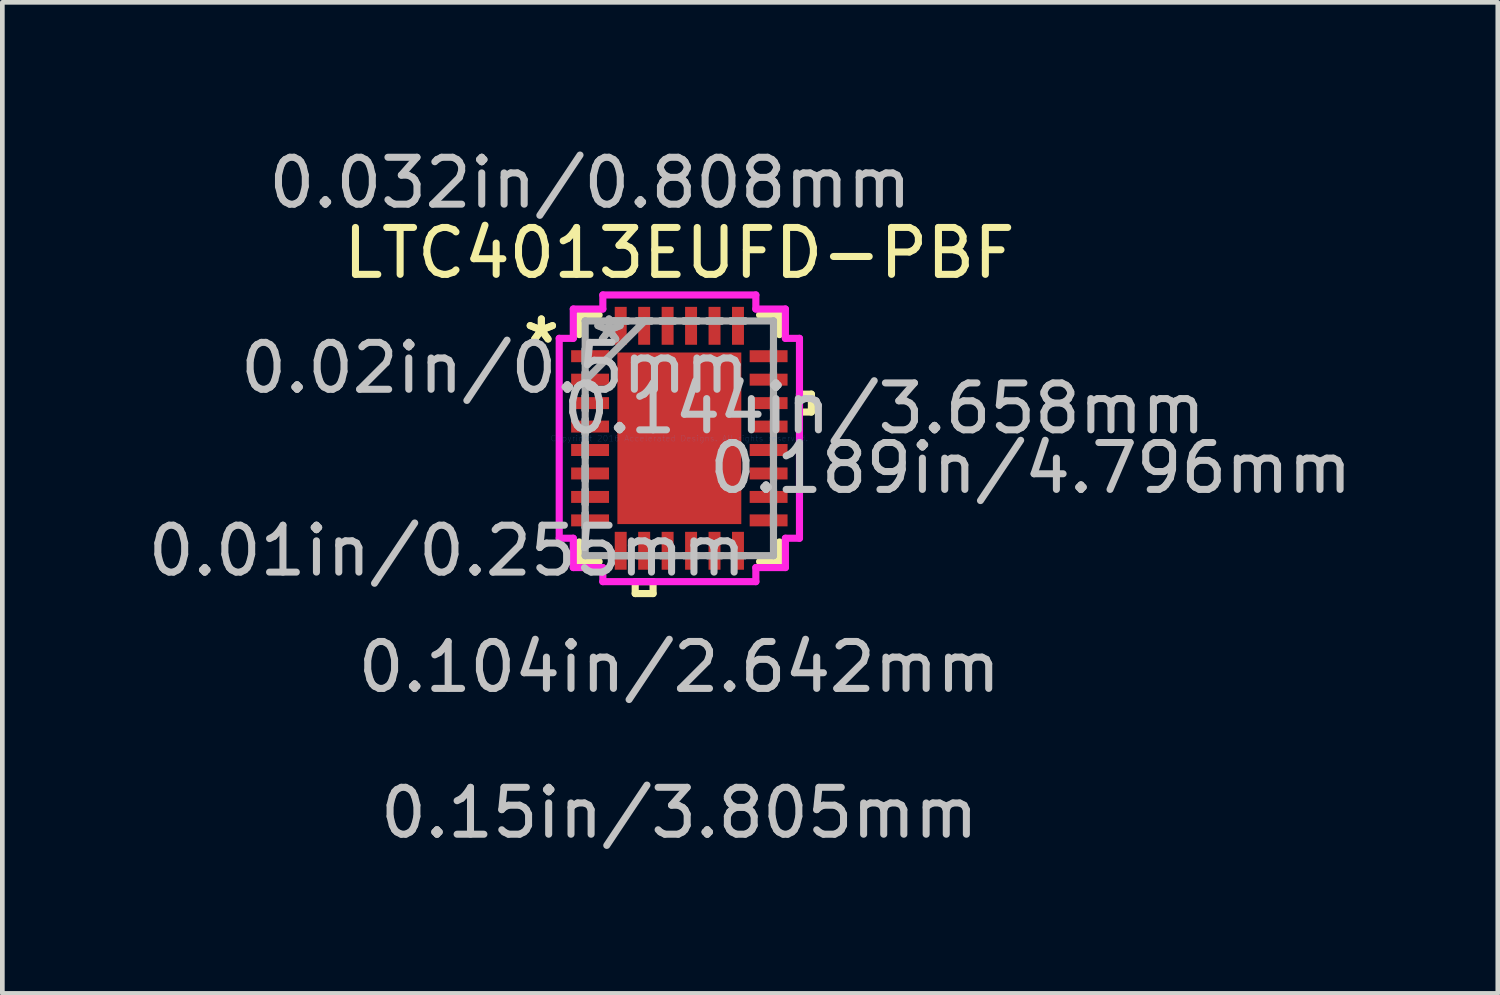
<source format=kicad_pcb>
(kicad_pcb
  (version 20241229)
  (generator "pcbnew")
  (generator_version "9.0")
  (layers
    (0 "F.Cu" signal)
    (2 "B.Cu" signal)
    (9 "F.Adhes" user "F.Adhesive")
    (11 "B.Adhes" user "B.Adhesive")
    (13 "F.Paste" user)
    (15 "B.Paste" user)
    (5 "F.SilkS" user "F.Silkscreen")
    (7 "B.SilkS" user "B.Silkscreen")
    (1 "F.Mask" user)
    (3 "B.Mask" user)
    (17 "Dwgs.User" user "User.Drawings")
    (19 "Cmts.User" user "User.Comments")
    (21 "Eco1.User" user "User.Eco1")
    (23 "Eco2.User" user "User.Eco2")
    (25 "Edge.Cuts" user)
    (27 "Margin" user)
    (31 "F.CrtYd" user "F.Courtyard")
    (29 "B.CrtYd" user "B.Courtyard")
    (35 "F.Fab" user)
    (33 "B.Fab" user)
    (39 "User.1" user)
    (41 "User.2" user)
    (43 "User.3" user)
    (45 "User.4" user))
  (footprint "LTC4013EUFD-PBF"
    (layer "F.Cu")
    (at 11.433 6.294)
    (property "Reference" "LTC4013EUFD-PBF" (at 0 -3.95 0) (layer "F.SilkS") (effects (font (size 1 1) (thickness 0.15))))
    (attr through_hole)
    (fp_line (start -2.134 -2.629) (end -2.134 -2.21) (stroke (width 0.152) (type solid)) (layer "F.SilkS"))
    (fp_line (start -2.134 2.21) (end -2.134 2.629) (stroke (width 0.152) (type solid)) (layer "F.SilkS"))
    (fp_line (start -2.134 2.629) (end -1.71 2.629) (stroke (width 0.152) (type solid)) (layer "F.SilkS"))
    (fp_line (start -1.71 -2.629) (end -2.134 -2.629) (stroke (width 0.152) (type solid)) (layer "F.SilkS"))
    (fp_line (start -0.941 3.056) (end -0.941 3.31) (stroke (width 0.152) (type solid)) (layer "F.SilkS"))
    (fp_line (start -0.941 3.31) (end -0.56 3.31) (stroke (width 0.152) (type solid)) (layer "F.SilkS"))
    (fp_line (start -0.56 3.056) (end -0.941 3.056) (stroke (width 0.152) (type solid)) (layer "F.SilkS"))
    (fp_line (start -0.56 3.31) (end -0.56 3.056) (stroke (width 0.152) (type solid)) (layer "F.SilkS"))
    (fp_line (start 1.71 2.629) (end 2.134 2.629) (stroke (width 0.152) (type solid)) (layer "F.SilkS"))
    (fp_line (start 2.134 -2.629) (end 1.71 -2.629) (stroke (width 0.152) (type solid)) (layer "F.SilkS"))
    (fp_line (start 2.134 -2.21) (end 2.134 -2.629) (stroke (width 0.152) (type solid)) (layer "F.SilkS"))
    (fp_line (start 2.134 2.629) (end 2.134 2.21) (stroke (width 0.152) (type solid)) (layer "F.SilkS"))
    (fp_line (start 2.561 -0.941) (end 2.815 -0.941) (stroke (width 0.152) (type solid)) (layer "F.SilkS"))
    (fp_line (start 2.561 -0.56) (end 2.561 -0.941) (stroke (width 0.152) (type solid)) (layer "F.SilkS"))
    (fp_line (start 2.815 -0.941) (end 2.815 -0.56) (stroke (width 0.152) (type solid)) (layer "F.SilkS"))
    (fp_line (start 2.815 -0.56) (end 2.561 -0.56) (stroke (width 0.152) (type solid)) (layer "F.SilkS"))
    (fp_line (start -1.221 -1.729) (end -1.221 -0.1) (stroke (width 0.152) (type solid)) (layer "F.Paste"))
    (fp_line (start -1.221 -0.1) (end -0.1 -0.1) (stroke (width 0.152) (type solid)) (layer "F.Paste"))
    (fp_line (start -1.221 0.1) (end -1.221 1.729) (stroke (width 0.152) (type solid)) (layer "F.Paste"))
    (fp_line (start -1.221 1.729) (end -0.1 1.729) (stroke (width 0.152) (type solid)) (layer "F.Paste"))
    (fp_line (start -0.1 -1.729) (end -1.221 -1.729) (stroke (width 0.152) (type solid)) (layer "F.Paste"))
    (fp_line (start -0.1 -0.1) (end -0.1 -1.729) (stroke (width 0.152) (type solid)) (layer "F.Paste"))
    (fp_line (start -0.1 0.1) (end -1.221 0.1) (stroke (width 0.152) (type solid)) (layer "F.Paste"))
    (fp_line (start -0.1 1.729) (end -0.1 0.1) (stroke (width 0.152) (type solid)) (layer "F.Paste"))
    (fp_line (start 0.1 -1.729) (end 0.1 -0.1) (stroke (width 0.152) (type solid)) (layer "F.Paste"))
    (fp_line (start 0.1 -0.1) (end 1.221 -0.1) (stroke (width 0.152) (type solid)) (layer "F.Paste"))
    (fp_line (start 0.1 0.1) (end 0.1 1.729) (stroke (width 0.152) (type solid)) (layer "F.Paste"))
    (fp_line (start 0.1 1.729) (end 1.221 1.729) (stroke (width 0.152) (type solid)) (layer "F.Paste"))
    (fp_line (start 1.221 -1.729) (end 0.1 -1.729) (stroke (width 0.152) (type solid)) (layer "F.Paste"))
    (fp_line (start 1.221 -0.1) (end 1.221 -1.729) (stroke (width 0.152) (type solid)) (layer "F.Paste"))
    (fp_line (start 1.221 0.1) (end 0.1 0.1) (stroke (width 0.152) (type solid)) (layer "F.Paste"))
    (fp_line (start 1.221 1.729) (end 1.221 0.1) (stroke (width 0.152) (type solid)) (layer "F.Paste"))
    (fp_line (start -2.561 -2.131) (end -2.261 -2.131) (stroke (width 0.152) (type solid)) (layer "F.CrtYd"))
    (fp_line (start -2.561 2.131) (end -2.561 -2.131) (stroke (width 0.152) (type solid)) (layer "F.CrtYd"))
    (fp_line (start -2.261 -2.756) (end -1.631 -2.756) (stroke (width 0.152) (type solid)) (layer "F.CrtYd"))
    (fp_line (start -2.261 -2.131) (end -2.261 -2.756) (stroke (width 0.152) (type solid)) (layer "F.CrtYd"))
    (fp_line (start -2.261 2.131) (end -2.561 2.131) (stroke (width 0.152) (type solid)) (layer "F.CrtYd"))
    (fp_line (start -2.261 2.756) (end -2.261 2.131) (stroke (width 0.152) (type solid)) (layer "F.CrtYd"))
    (fp_line (start -1.631 -3.056) (end 1.631 -3.056) (stroke (width 0.152) (type solid)) (layer "F.CrtYd"))
    (fp_line (start -1.631 -2.756) (end -1.631 -3.056) (stroke (width 0.152) (type solid)) (layer "F.CrtYd"))
    (fp_line (start -1.631 2.756) (end -2.261 2.756) (stroke (width 0.152) (type solid)) (layer "F.CrtYd"))
    (fp_line (start -1.631 3.056) (end -1.631 2.756) (stroke (width 0.152) (type solid)) (layer "F.CrtYd"))
    (fp_line (start 1.631 -3.056) (end 1.631 -2.756) (stroke (width 0.152) (type solid)) (layer "F.CrtYd"))
    (fp_line (start 1.631 -2.756) (end 2.261 -2.756) (stroke (width 0.152) (type solid)) (layer "F.CrtYd"))
    (fp_line (start 1.631 2.756) (end 1.631 3.056) (stroke (width 0.152) (type solid)) (layer "F.CrtYd"))
    (fp_line (start 1.631 3.056) (end -1.631 3.056) (stroke (width 0.152) (type solid)) (layer "F.CrtYd"))
    (fp_line (start 2.261 -2.756) (end 2.261 -2.131) (stroke (width 0.152) (type solid)) (layer "F.CrtYd"))
    (fp_line (start 2.261 -2.131) (end 2.561 -2.131) (stroke (width 0.152) (type solid)) (layer "F.CrtYd"))
    (fp_line (start 2.261 2.131) (end 2.261 2.756) (stroke (width 0.152) (type solid)) (layer "F.CrtYd"))
    (fp_line (start 2.261 2.756) (end 1.631 2.756) (stroke (width 0.152) (type solid)) (layer "F.CrtYd"))
    (fp_line (start 2.561 -2.131) (end 2.561 2.131) (stroke (width 0.152) (type solid)) (layer "F.CrtYd"))
    (fp_line (start 2.561 2.131) (end 2.261 2.131) (stroke (width 0.152) (type solid)) (layer "F.CrtYd"))
    (fp_line (start -2.007 -2.502) (end -2.007 -2.502) (stroke (width 0.152) (type solid)) (layer "F.Fab"))
    (fp_line (start -2.007 -2.502) (end -2.007 2.502) (stroke (width 0.152) (type solid)) (layer "F.Fab"))
    (fp_line (start -2.007 -1.902) (end -2.007 -1.902) (stroke (width 0.152) (type solid)) (layer "F.Fab"))
    (fp_line (start -2.007 -1.902) (end -2.007 -1.598) (stroke (width 0.152) (type solid)) (layer "F.Fab"))
    (fp_line (start -2.007 -1.598) (end -2.007 -1.902) (stroke (width 0.152) (type solid)) (layer "F.Fab"))
    (fp_line (start -2.007 -1.598) (end -2.007 -1.598) (stroke (width 0.152) (type solid)) (layer "F.Fab"))
    (fp_line (start -2.007 -1.402) (end -2.007 -1.402) (stroke (width 0.152) (type solid)) (layer "F.Fab"))
    (fp_line (start -2.007 -1.402) (end -2.007 -1.098) (stroke (width 0.152) (type solid)) (layer "F.Fab"))
    (fp_line (start -2.007 -1.232) (end -0.737 -2.502) (stroke (width 0.152) (type solid)) (layer "F.Fab"))
    (fp_line (start -2.007 -1.098) (end -2.007 -1.402) (stroke (width 0.152) (type solid)) (layer "F.Fab"))
    (fp_line (start -2.007 -1.098) (end -2.007 -1.098) (stroke (width 0.152) (type solid)) (layer "F.Fab"))
    (fp_line (start -2.007 -0.902) (end -2.007 -0.902) (stroke (width 0.152) (type solid)) (layer "F.Fab"))
    (fp_line (start -2.007 -0.902) (end -2.007 -0.598) (stroke (width 0.152) (type solid)) (layer "F.Fab"))
    (fp_line (start -2.007 -0.598) (end -2.007 -0.902) (stroke (width 0.152) (type solid)) (layer "F.Fab"))
    (fp_line (start -2.007 -0.598) (end -2.007 -0.598) (stroke (width 0.152) (type solid)) (layer "F.Fab"))
    (fp_line (start -2.007 -0.402) (end -2.007 -0.402) (stroke (width 0.152) (type solid)) (layer "F.Fab"))
    (fp_line (start -2.007 -0.402) (end -2.007 -0.098) (stroke (width 0.152) (type solid)) (layer "F.Fab"))
    (fp_line (start -2.007 -0.098) (end -2.007 -0.402) (stroke (width 0.152) (type solid)) (layer "F.Fab"))
    (fp_line (start -2.007 -0.098) (end -2.007 -0.098) (stroke (width 0.152) (type solid)) (layer "F.Fab"))
    (fp_line (start -2.007 0.098) (end -2.007 0.098) (stroke (width 0.152) (type solid)) (layer "F.Fab"))
    (fp_line (start -2.007 0.098) (end -2.007 0.402) (stroke (width 0.152) (type solid)) (layer "F.Fab"))
    (fp_line (start -2.007 0.402) (end -2.007 0.098) (stroke (width 0.152) (type solid)) (layer "F.Fab"))
    (fp_line (start -2.007 0.402) (end -2.007 0.402) (stroke (width 0.152) (type solid)) (layer "F.Fab"))
    (fp_line (start -2.007 0.598) (end -2.007 0.598) (stroke (width 0.152) (type solid)) (layer "F.Fab"))
    (fp_line (start -2.007 0.598) (end -2.007 0.902) (stroke (width 0.152) (type solid)) (layer "F.Fab"))
    (fp_line (start -2.007 0.902) (end -2.007 0.598) (stroke (width 0.152) (type solid)) (layer "F.Fab"))
    (fp_line (start -2.007 0.902) (end -2.007 0.902) (stroke (width 0.152) (type solid)) (layer "F.Fab"))
    (fp_line (start -2.007 1.098) (end -2.007 1.098) (stroke (width 0.152) (type solid)) (layer "F.Fab"))
    (fp_line (start -2.007 1.098) (end -2.007 1.402) (stroke (width 0.152) (type solid)) (layer "F.Fab"))
    (fp_line (start -2.007 1.402) (end -2.007 1.098) (stroke (width 0.152) (type solid)) (layer "F.Fab"))
    (fp_line (start -2.007 1.402) (end -2.007 1.402) (stroke (width 0.152) (type solid)) (layer "F.Fab"))
    (fp_line (start -2.007 1.598) (end -2.007 1.598) (stroke (width 0.152) (type solid)) (layer "F.Fab"))
    (fp_line (start -2.007 1.598) (end -2.007 1.902) (stroke (width 0.152) (type solid)) (layer "F.Fab"))
    (fp_line (start -2.007 1.902) (end -2.007 1.598) (stroke (width 0.152) (type solid)) (layer "F.Fab"))
    (fp_line (start -2.007 1.902) (end -2.007 1.902) (stroke (width 0.152) (type solid)) (layer "F.Fab"))
    (fp_line (start -2.007 2.502) (end -2.007 2.502) (stroke (width 0.152) (type solid)) (layer "F.Fab"))
    (fp_line (start -2.007 2.502) (end 2.007 2.502) (stroke (width 0.152) (type solid)) (layer "F.Fab"))
    (fp_line (start -1.402 -2.502) (end -1.402 -2.502) (stroke (width 0.152) (type solid)) (layer "F.Fab"))
    (fp_line (start -1.402 -2.502) (end -1.098 -2.502) (stroke (width 0.152) (type solid)) (layer "F.Fab"))
    (fp_line (start -1.402 2.502) (end -1.402 2.502) (stroke (width 0.152) (type solid)) (layer "F.Fab"))
    (fp_line (start -1.402 2.502) (end -1.098 2.502) (stroke (width 0.152) (type solid)) (layer "F.Fab"))
    (fp_line (start -1.098 -2.502) (end -1.402 -2.502) (stroke (width 0.152) (type solid)) (layer "F.Fab"))
    (fp_line (start -1.098 -2.502) (end -1.098 -2.502) (stroke (width 0.152) (type solid)) (layer "F.Fab"))
    (fp_line (start -1.098 2.502) (end -1.402 2.502) (stroke (width 0.152) (type solid)) (layer "F.Fab"))
    (fp_line (start -1.098 2.502) (end -1.098 2.502) (stroke (width 0.152) (type solid)) (layer "F.Fab"))
    (fp_line (start -0.902 -2.502) (end -0.902 -2.502) (stroke (width 0.152) (type solid)) (layer "F.Fab"))
    (fp_line (start -0.902 -2.502) (end -0.598 -2.502) (stroke (width 0.152) (type solid)) (layer "F.Fab"))
    (fp_line (start -0.902 2.502) (end -0.902 2.502) (stroke (width 0.152) (type solid)) (layer "F.Fab"))
    (fp_line (start -0.902 2.502) (end -0.598 2.502) (stroke (width 0.152) (type solid)) (layer "F.Fab"))
    (fp_line (start -0.598 -2.502) (end -0.902 -2.502) (stroke (width 0.152) (type solid)) (layer "F.Fab"))
    (fp_line (start -0.598 -2.502) (end -0.598 -2.502) (stroke (width 0.152) (type solid)) (layer "F.Fab"))
    (fp_line (start -0.598 2.502) (end -0.902 2.502) (stroke (width 0.152) (type solid)) (layer "F.Fab"))
    (fp_line (start -0.598 2.502) (end -0.598 2.502) (stroke (width 0.152) (type solid)) (layer "F.Fab"))
    (fp_line (start -0.402 -2.502) (end -0.402 -2.502) (stroke (width 0.152) (type solid)) (layer "F.Fab"))
    (fp_line (start -0.402 -2.502) (end -0.098 -2.502) (stroke (width 0.152) (type solid)) (layer "F.Fab"))
    (fp_line (start -0.402 2.502) (end -0.402 2.502) (stroke (width 0.152) (type solid)) (layer "F.Fab"))
    (fp_line (start -0.402 2.502) (end -0.098 2.502) (stroke (width 0.152) (type solid)) (layer "F.Fab"))
    (fp_line (start -0.098 -2.502) (end -0.402 -2.502) (stroke (width 0.152) (type solid)) (layer "F.Fab"))
    (fp_line (start -0.098 -2.502) (end -0.098 -2.502) (stroke (width 0.152) (type solid)) (layer "F.Fab"))
    (fp_line (start -0.098 2.502) (end -0.402 2.502) (stroke (width 0.152) (type solid)) (layer "F.Fab"))
    (fp_line (start -0.098 2.502) (end -0.098 2.502) (stroke (width 0.152) (type solid)) (layer "F.Fab"))
    (fp_line (start 0.098 -2.502) (end 0.098 -2.502) (stroke (width 0.152) (type solid)) (layer "F.Fab"))
    (fp_line (start 0.098 -2.502) (end 0.402 -2.502) (stroke (width 0.152) (type solid)) (layer "F.Fab"))
    (fp_line (start 0.098 2.502) (end 0.098 2.502) (stroke (width 0.152) (type solid)) (layer "F.Fab"))
    (fp_line (start 0.098 2.502) (end 0.402 2.502) (stroke (width 0.152) (type solid)) (layer "F.Fab"))
    (fp_line (start 0.402 -2.502) (end 0.098 -2.502) (stroke (width 0.152) (type solid)) (layer "F.Fab"))
    (fp_line (start 0.402 -2.502) (end 0.402 -2.502) (stroke (width 0.152) (type solid)) (layer "F.Fab"))
    (fp_line (start 0.402 2.502) (end 0.098 2.502) (stroke (width 0.152) (type solid)) (layer "F.Fab"))
    (fp_line (start 0.402 2.502) (end 0.402 2.502) (stroke (width 0.152) (type solid)) (layer "F.Fab"))
    (fp_line (start 0.598 -2.502) (end 0.598 -2.502) (stroke (width 0.152) (type solid)) (layer "F.Fab"))
    (fp_line (start 0.598 -2.502) (end 0.902 -2.502) (stroke (width 0.152) (type solid)) (layer "F.Fab"))
    (fp_line (start 0.598 2.502) (end 0.598 2.502) (stroke (width 0.152) (type solid)) (layer "F.Fab"))
    (fp_line (start 0.598 2.502) (end 0.902 2.502) (stroke (width 0.152) (type solid)) (layer "F.Fab"))
    (fp_line (start 0.902 -2.502) (end 0.598 -2.502) (stroke (width 0.152) (type solid)) (layer "F.Fab"))
    (fp_line (start 0.902 -2.502) (end 0.902 -2.502) (stroke (width 0.152) (type solid)) (layer "F.Fab"))
    (fp_line (start 0.902 2.502) (end 0.598 2.502) (stroke (width 0.152) (type solid)) (layer "F.Fab"))
    (fp_line (start 0.902 2.502) (end 0.902 2.502) (stroke (width 0.152) (type solid)) (layer "F.Fab"))
    (fp_line (start 1.098 -2.502) (end 1.098 -2.502) (stroke (width 0.152) (type solid)) (layer "F.Fab"))
    (fp_line (start 1.098 -2.502) (end 1.402 -2.502) (stroke (width 0.152) (type solid)) (layer "F.Fab"))
    (fp_line (start 1.098 2.502) (end 1.098 2.502) (stroke (width 0.152) (type solid)) (layer "F.Fab"))
    (fp_line (start 1.098 2.502) (end 1.402 2.502) (stroke (width 0.152) (type solid)) (layer "F.Fab"))
    (fp_line (start 1.402 -2.502) (end 1.098 -2.502) (stroke (width 0.152) (type solid)) (layer "F.Fab"))
    (fp_line (start 1.402 -2.502) (end 1.402 -2.502) (stroke (width 0.152) (type solid)) (layer "F.Fab"))
    (fp_line (start 1.402 2.502) (end 1.098 2.502) (stroke (width 0.152) (type solid)) (layer "F.Fab"))
    (fp_line (start 1.402 2.502) (end 1.402 2.502) (stroke (width 0.152) (type solid)) (layer "F.Fab"))
    (fp_line (start 2.007 -2.502) (end -2.007 -2.502) (stroke (width 0.152) (type solid)) (layer "F.Fab"))
    (fp_line (start 2.007 -2.502) (end 2.007 -2.502) (stroke (width 0.152) (type solid)) (layer "F.Fab"))
    (fp_line (start 2.007 -1.902) (end 2.007 -1.902) (stroke (width 0.152) (type solid)) (layer "F.Fab"))
    (fp_line (start 2.007 -1.902) (end 2.007 -1.598) (stroke (width 0.152) (type solid)) (layer "F.Fab"))
    (fp_line (start 2.007 -1.598) (end 2.007 -1.902) (stroke (width 0.152) (type solid)) (layer "F.Fab"))
    (fp_line (start 2.007 -1.598) (end 2.007 -1.598) (stroke (width 0.152) (type solid)) (layer "F.Fab"))
    (fp_line (start 2.007 -1.402) (end 2.007 -1.402) (stroke (width 0.152) (type solid)) (layer "F.Fab"))
    (fp_line (start 2.007 -1.402) (end 2.007 -1.098) (stroke (width 0.152) (type solid)) (layer "F.Fab"))
    (fp_line (start 2.007 -1.098) (end 2.007 -1.402) (stroke (width 0.152) (type solid)) (layer "F.Fab"))
    (fp_line (start 2.007 -1.098) (end 2.007 -1.098) (stroke (width 0.152) (type solid)) (layer "F.Fab"))
    (fp_line (start 2.007 -0.902) (end 2.007 -0.902) (stroke (width 0.152) (type solid)) (layer "F.Fab"))
    (fp_line (start 2.007 -0.902) (end 2.007 -0.598) (stroke (width 0.152) (type solid)) (layer "F.Fab"))
    (fp_line (start 2.007 -0.598) (end 2.007 -0.902) (stroke (width 0.152) (type solid)) (layer "F.Fab"))
    (fp_line (start 2.007 -0.598) (end 2.007 -0.598) (stroke (width 0.152) (type solid)) (layer "F.Fab"))
    (fp_line (start 2.007 -0.402) (end 2.007 -0.402) (stroke (width 0.152) (type solid)) (layer "F.Fab"))
    (fp_line (start 2.007 -0.402) (end 2.007 -0.098) (stroke (width 0.152) (type solid)) (layer "F.Fab"))
    (fp_line (start 2.007 -0.098) (end 2.007 -0.402) (stroke (width 0.152) (type solid)) (layer "F.Fab"))
    (fp_line (start 2.007 -0.098) (end 2.007 -0.098) (stroke (width 0.152) (type solid)) (layer "F.Fab"))
    (fp_line (start 2.007 0.098) (end 2.007 0.098) (stroke (width 0.152) (type solid)) (layer "F.Fab"))
    (fp_line (start 2.007 0.098) (end 2.007 0.402) (stroke (width 0.152) (type solid)) (layer "F.Fab"))
    (fp_line (start 2.007 0.402) (end 2.007 0.098) (stroke (width 0.152) (type solid)) (layer "F.Fab"))
    (fp_line (start 2.007 0.402) (end 2.007 0.402) (stroke (width 0.152) (type solid)) (layer "F.Fab"))
    (fp_line (start 2.007 0.598) (end 2.007 0.598) (stroke (width 0.152) (type solid)) (layer "F.Fab"))
    (fp_line (start 2.007 0.598) (end 2.007 0.902) (stroke (width 0.152) (type solid)) (layer "F.Fab"))
    (fp_line (start 2.007 0.902) (end 2.007 0.598) (stroke (width 0.152) (type solid)) (layer "F.Fab"))
    (fp_line (start 2.007 0.902) (end 2.007 0.902) (stroke (width 0.152) (type solid)) (layer "F.Fab"))
    (fp_line (start 2.007 1.098) (end 2.007 1.098) (stroke (width 0.152) (type solid)) (layer "F.Fab"))
    (fp_line (start 2.007 1.098) (end 2.007 1.402) (stroke (width 0.152) (type solid)) (layer "F.Fab"))
    (fp_line (start 2.007 1.402) (end 2.007 1.098) (stroke (width 0.152) (type solid)) (layer "F.Fab"))
    (fp_line (start 2.007 1.402) (end 2.007 1.402) (stroke (width 0.152) (type solid)) (layer "F.Fab"))
    (fp_line (start 2.007 1.598) (end 2.007 1.598) (stroke (width 0.152) (type solid)) (layer "F.Fab"))
    (fp_line (start 2.007 1.598) (end 2.007 1.902) (stroke (width 0.152) (type solid)) (layer "F.Fab"))
    (fp_line (start 2.007 1.902) (end 2.007 1.598) (stroke (width 0.152) (type solid)) (layer "F.Fab"))
    (fp_line (start 2.007 1.902) (end 2.007 1.902) (stroke (width 0.152) (type solid)) (layer "F.Fab"))
    (fp_line (start 2.007 2.502) (end 2.007 -2.502) (stroke (width 0.152) (type solid)) (layer "F.Fab"))
    (fp_line (start 2.007 2.502) (end 2.007 2.502) (stroke (width 0.152) (type solid)) (layer "F.Fab"))
    (fp_text user "*" (at -2.942 -2 0) (layer "F.SilkS") (effects (font (size 1 1) (thickness 0.15))))
    (fp_text user "*" (at -2.942 -2 0) (layer "F.SilkS") (effects (font (size 1 1) (thickness 0.15))))
    (fp_text user "0.032in/0.808mm" (at -1.903 -5.446 0) (layer "Dwgs.User") (effects (font (size 1 1) (thickness 0.15))))
    (fp_text user "0.01in/0.255mm" (at -4.951 2.398 0) (layer "Dwgs.User") (effects (font (size 1 1) (thickness 0.15))))
    (fp_text user "0.189in/4.796mm" (at 7.491 0.635 0) (layer "Dwgs.User") (effects (font (size 1 1) (thickness 0.15))))
    (fp_text user "0.144in/3.658mm" (at 4.369 -0.635 0) (layer "Dwgs.User") (effects (font (size 1 1) (thickness 0.15))))
    (fp_text user "0.02in/0.5mm" (at -3.935 -1.5 0) (layer "Dwgs.User") (effects (font (size 1 1) (thickness 0.15))))
    (fp_text user "0.15in/3.805mm" (at 0 7.986 0) (layer "Dwgs.User") (effects (font (size 1 1) (thickness 0.15))))
    (fp_text user "0.104in/2.642mm" (at 0 4.877 0) (layer "Dwgs.User") (effects (font (size 1 1) (thickness 0.15))))
    (fp_text user "Copyright 2016 Accelerated Designs. All rights reserved." (at 0 0 0) (layer "Cmts.User") (effects (font (size 0.127 0.127) (thickness 0.002))))
    (fp_text user "*" (at -1.499 -2 0) (layer "F.Fab") (effects (font (size 1 1) (thickness 0.15))))
    (fp_text user "*" (at -1.499 -2 0) (layer "F.Fab") (effects (font (size 1 1) (thickness 0.15))))
    (pad "1" smd rect (at -1.903 -1.75 90) (size 0.255 0.808) (layers "F.Cu" "F.Mask" "F.Paste"))
    (pad "2" smd rect (at -1.903 -1.25 90) (size 0.255 0.808) (layers "F.Cu" "F.Mask" "F.Paste"))
    (pad "3" smd rect (at -1.903 -0.75 90) (size 0.255 0.808) (layers "F.Cu" "F.Mask" "F.Paste"))
    (pad "4" smd rect (at -1.903 -0.25 90) (size 0.255 0.808) (layers "F.Cu" "F.Mask" "F.Paste"))
    (pad "5" smd rect (at -1.903 0.25 90) (size 0.255 0.808) (layers "F.Cu" "F.Mask" "F.Paste"))
    (pad "6" smd rect (at -1.903 0.75 90) (size 0.255 0.808) (layers "F.Cu" "F.Mask" "F.Paste"))
    (pad "7" smd rect (at -1.903 1.25 90) (size 0.255 0.808) (layers "F.Cu" "F.Mask" "F.Paste"))
    (pad "8" smd rect (at -1.903 1.75 90) (size 0.255 0.808) (layers "F.Cu" "F.Mask" "F.Paste"))
    (pad "9" smd rect (at -1.25 2.398) (size 0.255 0.808) (layers "F.Cu" "F.Mask" "F.Paste"))
    (pad "10" smd rect (at -0.75 2.398) (size 0.255 0.808) (layers "F.Cu" "F.Mask" "F.Paste"))
    (pad "11" smd rect (at -0.25 2.398) (size 0.255 0.808) (layers "F.Cu" "F.Mask" "F.Paste"))
    (pad "12" smd rect (at 0.25 2.398) (size 0.255 0.808) (layers "F.Cu" "F.Mask" "F.Paste"))
    (pad "13" smd rect (at 0.75 2.398) (size 0.255 0.808) (layers "F.Cu" "F.Mask" "F.Paste"))
    (pad "14" smd rect (at 1.25 2.398) (size 0.255 0.808) (layers "F.Cu" "F.Mask" "F.Paste"))
    (pad "15" smd rect (at 1.903 1.75 90) (size 0.255 0.808) (layers "F.Cu" "F.Mask" "F.Paste"))
    (pad "16" smd rect (at 1.903 1.25 90) (size 0.255 0.808) (layers "F.Cu" "F.Mask" "F.Paste"))
    (pad "17" smd rect (at 1.903 0.75 90) (size 0.255 0.808) (layers "F.Cu" "F.Mask" "F.Paste"))
    (pad "18" smd rect (at 1.903 0.25 90) (size 0.255 0.808) (layers "F.Cu" "F.Mask" "F.Paste"))
    (pad "19" smd rect (at 1.903 -0.25 90) (size 0.255 0.808) (layers "F.Cu" "F.Mask" "F.Paste"))
    (pad "20" smd rect (at 1.903 -0.75 90) (size 0.255 0.808) (layers "F.Cu" "F.Mask" "F.Paste"))
    (pad "21" smd rect (at 1.903 -1.25 90) (size 0.255 0.808) (layers "F.Cu" "F.Mask" "F.Paste"))
    (pad "22" smd rect (at 1.903 -1.75 90) (size 0.255 0.808) (layers "F.Cu" "F.Mask" "F.Paste"))
    (pad "23" smd rect (at 1.25 -2.398) (size 0.255 0.808) (layers "F.Cu" "F.Mask" "F.Paste"))
    (pad "24" smd rect (at 0.75 -2.398) (size 0.255 0.808) (layers "F.Cu" "F.Mask" "F.Paste"))
    (pad "25" smd rect (at 0.25 -2.398) (size 0.255 0.808) (layers "F.Cu" "F.Mask" "F.Paste"))
    (pad "26" smd rect (at -0.25 -2.398) (size 0.255 0.808) (layers "F.Cu" "F.Mask" "F.Paste"))
    (pad "27" smd rect (at -0.75 -2.398) (size 0.255 0.808) (layers "F.Cu" "F.Mask" "F.Paste"))
    (pad "28" smd rect (at -1.25 -2.398) (size 0.255 0.808) (layers "F.Cu" "F.Mask" "F.Paste"))
    (pad "29" smd rect (at 0 0) (size 2.642 3.658) (layers "F.Cu" "F.Mask" "F.Paste")))
  (gr_rect
    (start -3 -3)
    (end 28.882 18.128)
    (stroke (width 0.1) (type default))
    (fill no)
    (layer "Edge.Cuts")))
</source>
